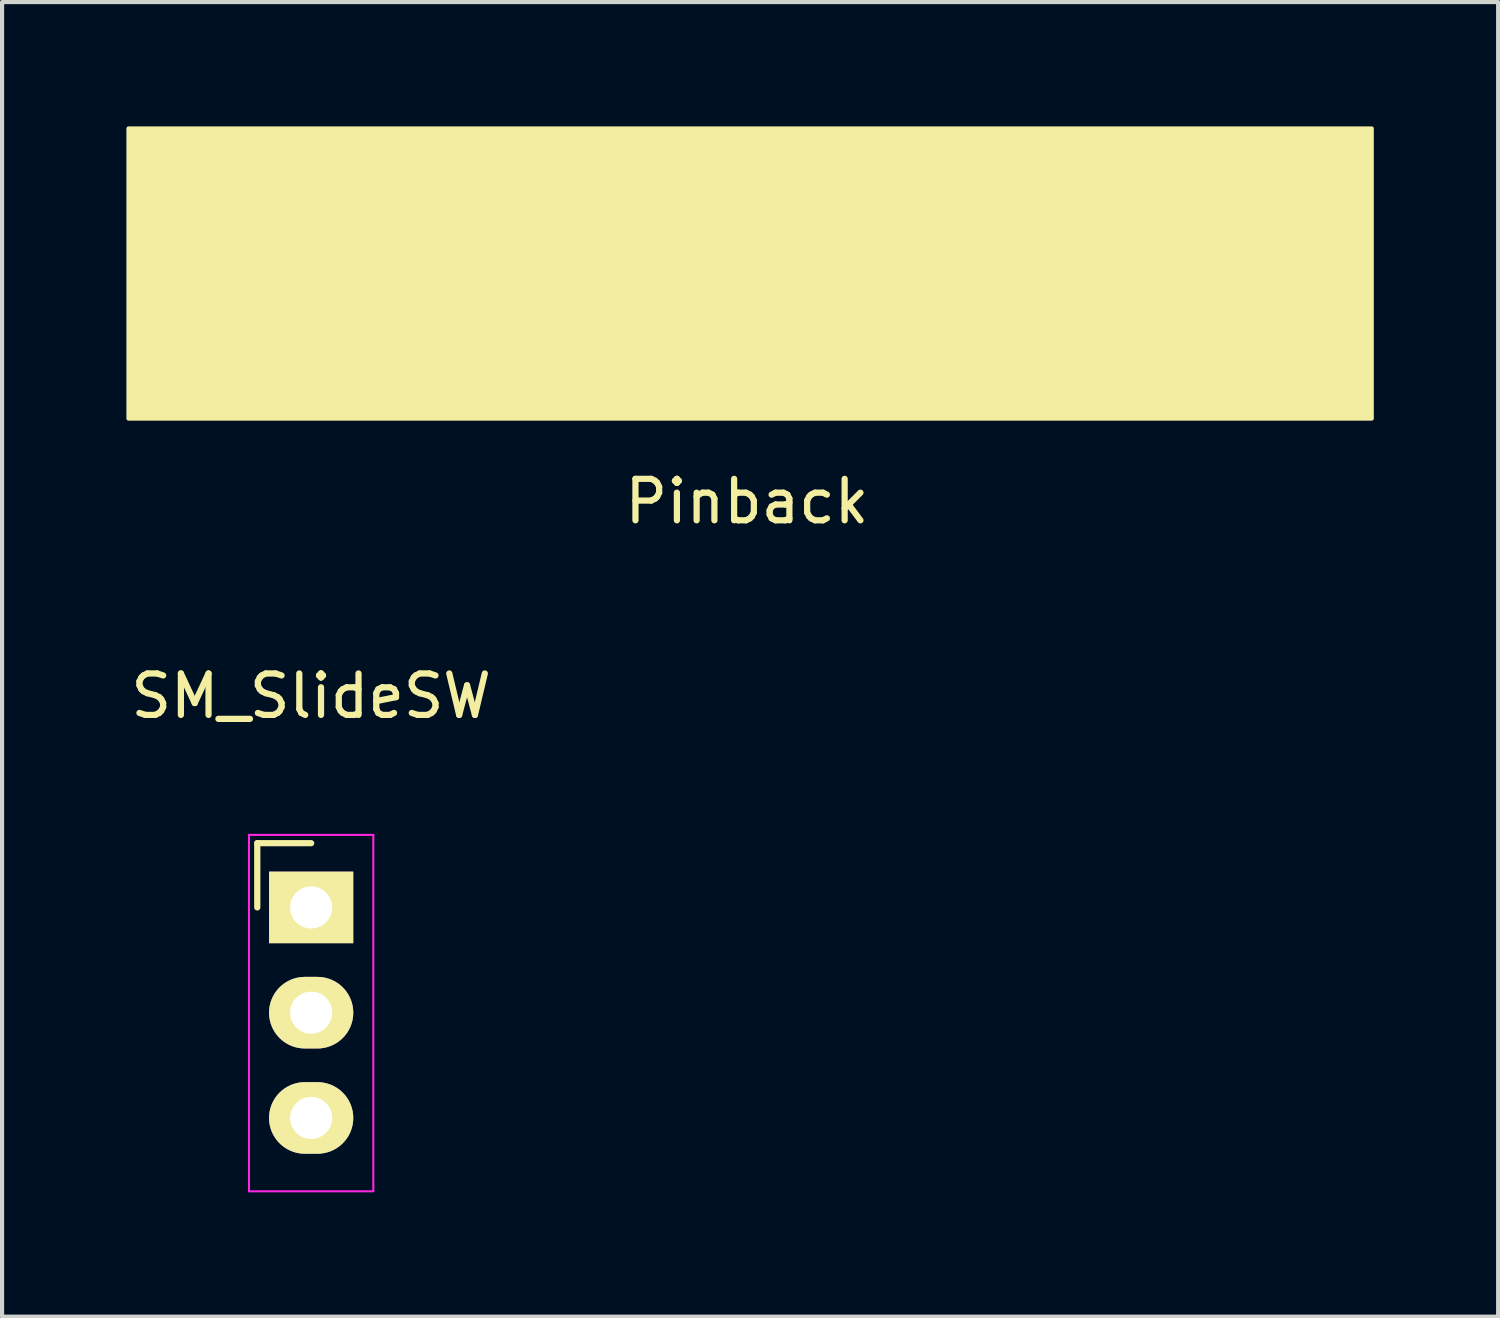
<source format=kicad_pcb>
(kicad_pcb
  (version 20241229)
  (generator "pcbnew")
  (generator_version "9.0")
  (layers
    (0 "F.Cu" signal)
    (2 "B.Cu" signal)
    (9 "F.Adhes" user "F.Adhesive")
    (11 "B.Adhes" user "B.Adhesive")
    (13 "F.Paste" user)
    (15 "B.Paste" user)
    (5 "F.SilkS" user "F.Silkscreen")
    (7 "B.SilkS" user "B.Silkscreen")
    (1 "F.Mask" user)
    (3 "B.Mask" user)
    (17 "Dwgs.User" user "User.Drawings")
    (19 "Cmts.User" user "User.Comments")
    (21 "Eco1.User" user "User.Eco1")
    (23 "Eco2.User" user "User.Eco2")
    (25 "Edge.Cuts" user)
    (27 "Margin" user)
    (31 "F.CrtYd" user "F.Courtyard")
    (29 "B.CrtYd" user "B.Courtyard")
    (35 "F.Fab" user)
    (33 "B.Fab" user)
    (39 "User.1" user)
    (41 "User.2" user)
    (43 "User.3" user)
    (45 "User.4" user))
  (footprint "SM_SlideSW"
    (layer "F.Cu")
    (at 4.458 18.846)
    (property "Reference" "SM_SlideSW" (at 0 -5.1 0) (layer "F.SilkS") (effects (font (size 1 1) (thickness 0.15))))
    (attr through_hole)
    (fp_line (start -1.3 -1.55) (end -1.3 0) (stroke (width 0.15) (type solid)) (layer "F.SilkS"))
    (fp_line (start 0 -1.55) (end -1.3 -1.55) (stroke (width 0.15) (type solid)) (layer "F.SilkS"))
    (fp_line (start -1.5 -1.75) (end -1.5 6.85) (stroke (width 0.05) (type solid)) (layer "F.CrtYd"))
    (fp_line (start -1.5 -1.75) (end 1.5 -1.75) (stroke (width 0.05) (type solid)) (layer "F.CrtYd"))
    (fp_line (start -1.5 6.85) (end 1.5 6.85) (stroke (width 0.05) (type solid)) (layer "F.CrtYd"))
    (fp_line (start 1.5 -1.75) (end 1.5 6.833) (stroke (width 0.05) (type solid)) (layer "F.CrtYd"))
    (pad "1" thru_hole rect (at 0 0) (size 2.032 1.727) (drill 1.016) (layers "*.Cu" "*.Mask" "F.SilkS"))
    (pad "2" thru_hole oval (at 0 2.54) (size 2.032 1.727) (drill 1.016) (layers "*.Cu" "*.Mask" "F.SilkS"))
    (pad "3" thru_hole oval (at 0 5.08) (size 2.032 1.727) (drill 1.016) (layers "*.Cu" "*.Mask" "F.SilkS")))
  (footprint "Pinback"
    (layer "F.Cu")
    (at 15.05 5.05)
    (property "Reference" "Pinback" (at -0.076 4 0) (layer "F.SilkS") (effects (font (size 1 1) (thickness 0.15))))
    (attr through_hole)
    (fp_poly (pts (xy 15 2) (xy -15 2) (xy -15 -5) (xy 15 -5)) (stroke (width 0.1) (type solid)) (fill yes) (layer "F.SilkS")))
  (gr_rect
    (start -3 -3)
    (end 33.1 28.721)
    (stroke (width 0.1) (type default))
    (fill no)
    (layer "Edge.Cuts")))
</source>
